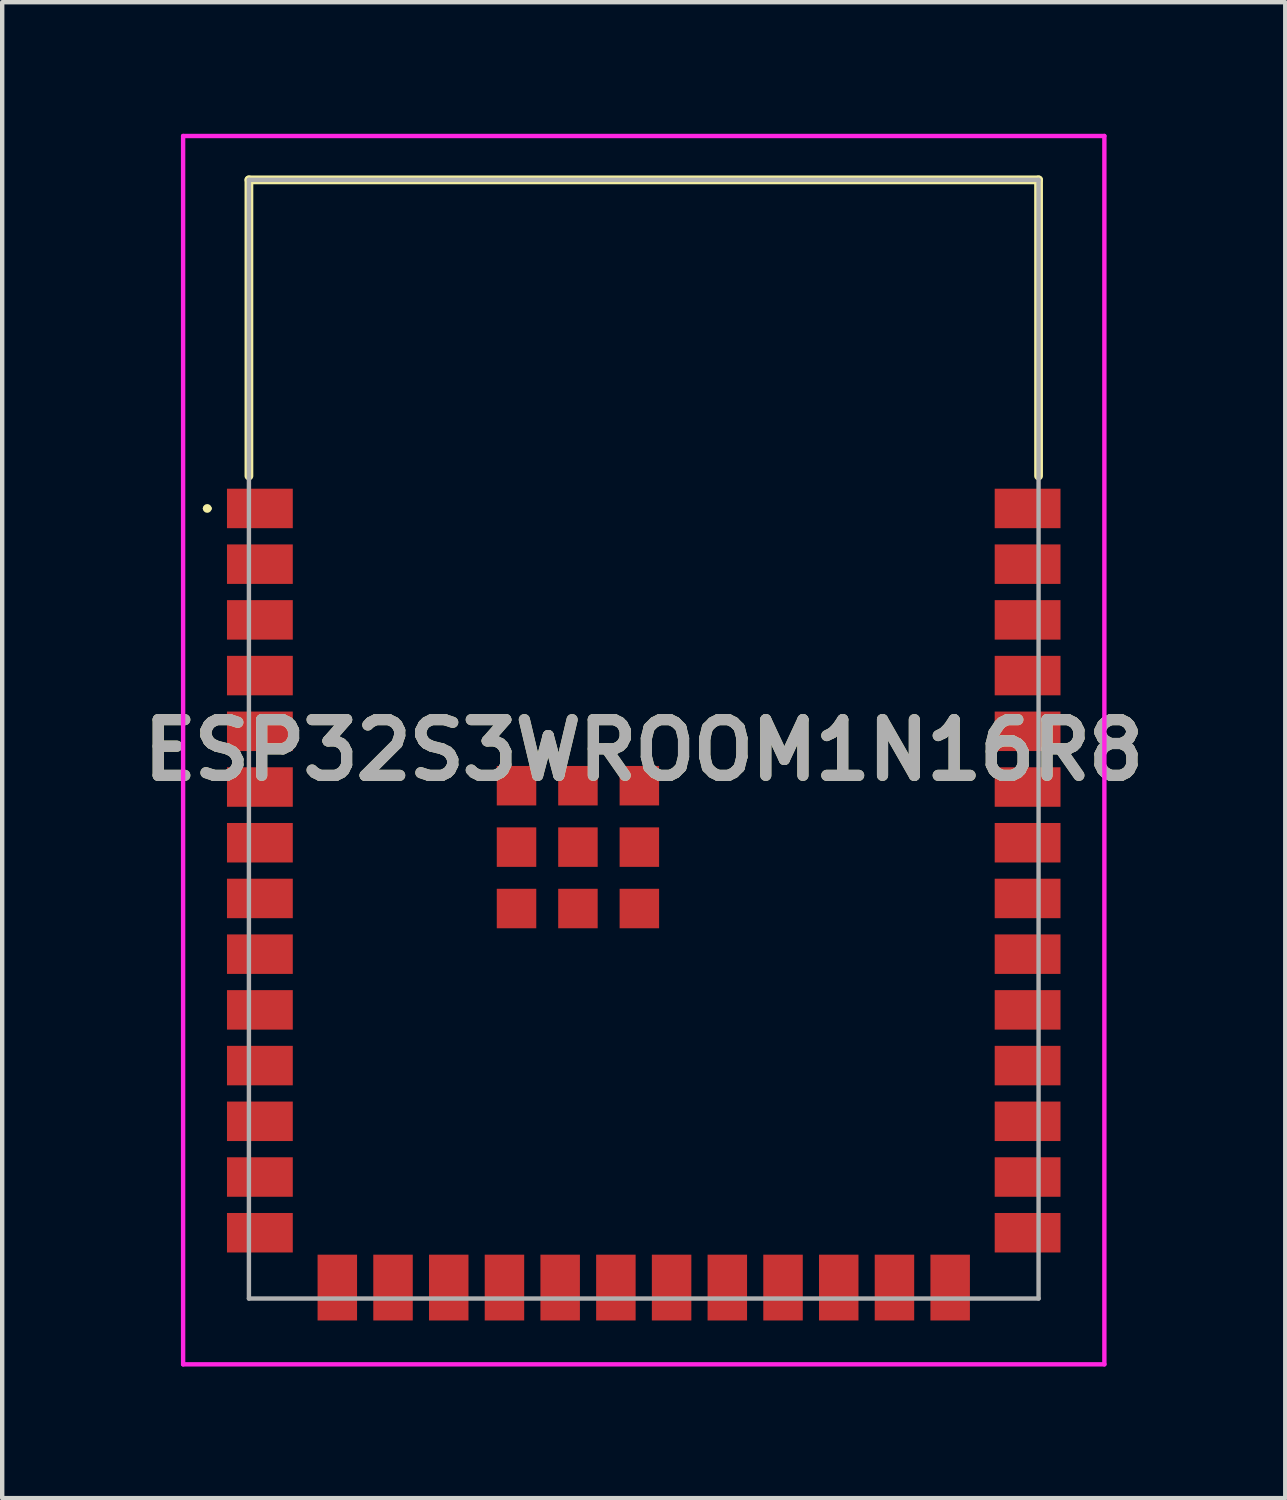
<source format=kicad_pcb>
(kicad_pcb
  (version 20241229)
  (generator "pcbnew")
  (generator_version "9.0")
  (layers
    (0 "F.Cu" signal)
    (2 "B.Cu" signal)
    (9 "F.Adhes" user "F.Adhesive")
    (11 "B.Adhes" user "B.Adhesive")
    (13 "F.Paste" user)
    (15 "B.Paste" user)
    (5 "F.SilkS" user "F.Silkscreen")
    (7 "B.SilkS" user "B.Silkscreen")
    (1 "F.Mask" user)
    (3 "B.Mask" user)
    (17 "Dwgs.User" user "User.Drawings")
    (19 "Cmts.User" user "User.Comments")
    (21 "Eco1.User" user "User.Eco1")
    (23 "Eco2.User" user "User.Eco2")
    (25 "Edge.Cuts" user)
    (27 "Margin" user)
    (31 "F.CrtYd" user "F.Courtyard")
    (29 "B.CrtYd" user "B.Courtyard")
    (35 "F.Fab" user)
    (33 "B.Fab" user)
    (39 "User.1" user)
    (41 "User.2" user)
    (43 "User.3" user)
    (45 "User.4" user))
  (footprint "ESP32S3WROOM1N16R8"
    (layer "F.Cu")
    (at 11.624 13.8)
    (property "Reference" "ESP32S3WROOM1N16R8" (at 0 0.25 0) (layer "F.SilkS") (effects (font (size 1.27 1.27) (thickness 0.254))))
    (attr smd)
    (fp_line (start -10 -5.26) (end -10 -5.26) (stroke (width 0.1) (type solid)) (layer "F.SilkS"))
    (fp_line (start -9.9 -5.26) (end -9.9 -5.26) (stroke (width 0.1) (type solid)) (layer "F.SilkS"))
    (fp_line (start -9 -12.75) (end 9 -12.75) (stroke (width 0.2) (type solid)) (layer "F.SilkS"))
    (fp_line (start -9 -6) (end -9 -12.75) (stroke (width 0.2) (type solid)) (layer "F.SilkS"))
    (fp_line (start 9 -12.75) (end 9 -6) (stroke (width 0.2) (type solid)) (layer "F.SilkS"))
    (fp_arc (start -10 -5.26) (mid -9.95 -5.31) (end -9.9 -5.26) (stroke (width 0.1) (type solid)) (layer "F.SilkS"))
    (fp_arc (start -9.9 -5.26) (mid -9.95 -5.21) (end -10 -5.26) (stroke (width 0.1) (type solid)) (layer "F.SilkS"))
    (fp_line (start -10.5 -13.75) (end 10.5 -13.75) (stroke (width 0.1) (type solid)) (layer "F.CrtYd"))
    (fp_line (start -10.5 14.25) (end -10.5 -13.75) (stroke (width 0.1) (type solid)) (layer "F.CrtYd"))
    (fp_line (start 10.5 -13.75) (end 10.5 14.25) (stroke (width 0.1) (type solid)) (layer "F.CrtYd"))
    (fp_line (start 10.5 14.25) (end -10.5 14.25) (stroke (width 0.1) (type solid)) (layer "F.CrtYd"))
    (fp_line (start -9 -12.75) (end 9 -12.75) (stroke (width 0.1) (type solid)) (layer "F.Fab"))
    (fp_line (start -9 12.75) (end -9 -12.75) (stroke (width 0.1) (type solid)) (layer "F.Fab"))
    (fp_line (start 9 -12.75) (end 9 12.75) (stroke (width 0.1) (type solid)) (layer "F.Fab"))
    (fp_line (start 9 12.75) (end -9 12.75) (stroke (width 0.1) (type solid)) (layer "F.Fab"))
    (fp_text user "${REFERENCE}" (at 0 0.25 0) (layer "F.Fab") (effects (font (size 1.27 1.27) (thickness 0.254))))
    (pad "1" smd rect (at -8.75 -5.26 90) (size 0.9 1.5) (layers "F.Cu" "F.Mask" "F.Paste"))
    (pad "2" smd rect (at -8.75 -3.99 90) (size 0.9 1.5) (layers "F.Cu" "F.Mask" "F.Paste"))
    (pad "3" smd rect (at -8.75 -2.72 90) (size 0.9 1.5) (layers "F.Cu" "F.Mask" "F.Paste"))
    (pad "4" smd rect (at -8.75 -1.45 90) (size 0.9 1.5) (layers "F.Cu" "F.Mask" "F.Paste"))
    (pad "5" smd rect (at -8.75 -0.18 90) (size 0.9 1.5) (layers "F.Cu" "F.Mask" "F.Paste"))
    (pad "6" smd rect (at -8.75 1.09 90) (size 0.9 1.5) (layers "F.Cu" "F.Mask" "F.Paste"))
    (pad "7" smd rect (at -8.75 2.36 90) (size 0.9 1.5) (layers "F.Cu" "F.Mask" "F.Paste"))
    (pad "8" smd rect (at -8.75 3.63 90) (size 0.9 1.5) (layers "F.Cu" "F.Mask" "F.Paste"))
    (pad "9" smd rect (at -8.75 4.9 90) (size 0.9 1.5) (layers "F.Cu" "F.Mask" "F.Paste"))
    (pad "10" smd rect (at -8.75 6.17 90) (size 0.9 1.5) (layers "F.Cu" "F.Mask" "F.Paste"))
    (pad "11" smd rect (at -8.75 7.44 90) (size 0.9 1.5) (layers "F.Cu" "F.Mask" "F.Paste"))
    (pad "12" smd rect (at -8.75 8.71 90) (size 0.9 1.5) (layers "F.Cu" "F.Mask" "F.Paste"))
    (pad "13" smd rect (at -8.75 9.98 90) (size 0.9 1.5) (layers "F.Cu" "F.Mask" "F.Paste"))
    (pad "14" smd rect (at -8.75 11.25 90) (size 0.9 1.5) (layers "F.Cu" "F.Mask" "F.Paste"))
    (pad "15" smd rect (at -6.985 12.5) (size 0.9 1.5) (layers "F.Cu" "F.Mask" "F.Paste"))
    (pad "16" smd rect (at -5.715 12.5) (size 0.9 1.5) (layers "F.Cu" "F.Mask" "F.Paste"))
    (pad "17" smd rect (at -4.445 12.5) (size 0.9 1.5) (layers "F.Cu" "F.Mask" "F.Paste"))
    (pad "18" smd rect (at -3.175 12.5) (size 0.9 1.5) (layers "F.Cu" "F.Mask" "F.Paste"))
    (pad "19" smd rect (at -1.905 12.5) (size 0.9 1.5) (layers "F.Cu" "F.Mask" "F.Paste"))
    (pad "20" smd rect (at -0.635 12.5) (size 0.9 1.5) (layers "F.Cu" "F.Mask" "F.Paste"))
    (pad "21" smd rect (at 0.635 12.5) (size 0.9 1.5) (layers "F.Cu" "F.Mask" "F.Paste"))
    (pad "22" smd rect (at 1.905 12.5) (size 0.9 1.5) (layers "F.Cu" "F.Mask" "F.Paste"))
    (pad "23" smd rect (at 3.175 12.5) (size 0.9 1.5) (layers "F.Cu" "F.Mask" "F.Paste"))
    (pad "24" smd rect (at 4.445 12.5) (size 0.9 1.5) (layers "F.Cu" "F.Mask" "F.Paste"))
    (pad "25" smd rect (at 5.715 12.5) (size 0.9 1.5) (layers "F.Cu" "F.Mask" "F.Paste"))
    (pad "26" smd rect (at 6.985 12.5) (size 0.9 1.5) (layers "F.Cu" "F.Mask" "F.Paste"))
    (pad "27" smd rect (at 8.75 11.25 90) (size 0.9 1.5) (layers "F.Cu" "F.Mask" "F.Paste"))
    (pad "28" smd rect (at 8.75 9.98 90) (size 0.9 1.5) (layers "F.Cu" "F.Mask" "F.Paste"))
    (pad "29" smd rect (at 8.75 8.71 90) (size 0.9 1.5) (layers "F.Cu" "F.Mask" "F.Paste"))
    (pad "30" smd rect (at 8.75 7.44 90) (size 0.9 1.5) (layers "F.Cu" "F.Mask" "F.Paste"))
    (pad "31" smd rect (at 8.75 6.17 90) (size 0.9 1.5) (layers "F.Cu" "F.Mask" "F.Paste"))
    (pad "32" smd rect (at 8.75 4.9 90) (size 0.9 1.5) (layers "F.Cu" "F.Mask" "F.Paste"))
    (pad "33" smd rect (at 8.75 3.63 90) (size 0.9 1.5) (layers "F.Cu" "F.Mask" "F.Paste"))
    (pad "34" smd rect (at 8.75 2.36 90) (size 0.9 1.5) (layers "F.Cu" "F.Mask" "F.Paste"))
    (pad "35" smd rect (at 8.75 1.09 90) (size 0.9 1.5) (layers "F.Cu" "F.Mask" "F.Paste"))
    (pad "36" smd rect (at 8.75 -0.18 90) (size 0.9 1.5) (layers "F.Cu" "F.Mask" "F.Paste"))
    (pad "37" smd rect (at 8.75 -1.45 90) (size 0.9 1.5) (layers "F.Cu" "F.Mask" "F.Paste"))
    (pad "38" smd rect (at 8.75 -2.72 90) (size 0.9 1.5) (layers "F.Cu" "F.Mask" "F.Paste"))
    (pad "39" smd rect (at 8.75 -3.99 90) (size 0.9 1.5) (layers "F.Cu" "F.Mask" "F.Paste"))
    (pad "40" smd rect (at 8.75 -5.26 90) (size 0.9 1.5) (layers "F.Cu" "F.Mask" "F.Paste"))
    (pad "41" smd rect (at -1.5 2.46) (size 0.9 0.9) (layers "F.Cu" "F.Mask" "F.Paste"))
    (pad "42" smd rect (at -2.9 1.06) (size 0.9 0.9) (layers "F.Cu" "F.Mask" "F.Paste"))
    (pad "43" smd rect (at -2.9 2.46) (size 0.9 0.9) (layers "F.Cu" "F.Mask" "F.Paste"))
    (pad "44" smd rect (at -2.9 3.86) (size 0.9 0.9) (layers "F.Cu" "F.Mask" "F.Paste"))
    (pad "45" smd rect (at -1.5 3.86) (size 0.9 0.9) (layers "F.Cu" "F.Mask" "F.Paste"))
    (pad "46" smd rect (at -0.1 3.86) (size 0.9 0.9) (layers "F.Cu" "F.Mask" "F.Paste"))
    (pad "47" smd rect (at -0.1 2.46) (size 0.9 0.9) (layers "F.Cu" "F.Mask" "F.Paste"))
    (pad "48" smd rect (at -0.1 1.06) (size 0.9 0.9) (layers "F.Cu" "F.Mask" "F.Paste"))
    (pad "49" smd rect (at -1.5 1.06) (size 0.9 0.9) (layers "F.Cu" "F.Mask" "F.Paste")))
  (gr_rect
    (start -3 -3)
    (end 26.247 31.1)
    (stroke (width 0.1) (type default))
    (fill no)
    (layer "Edge.Cuts")))
</source>
